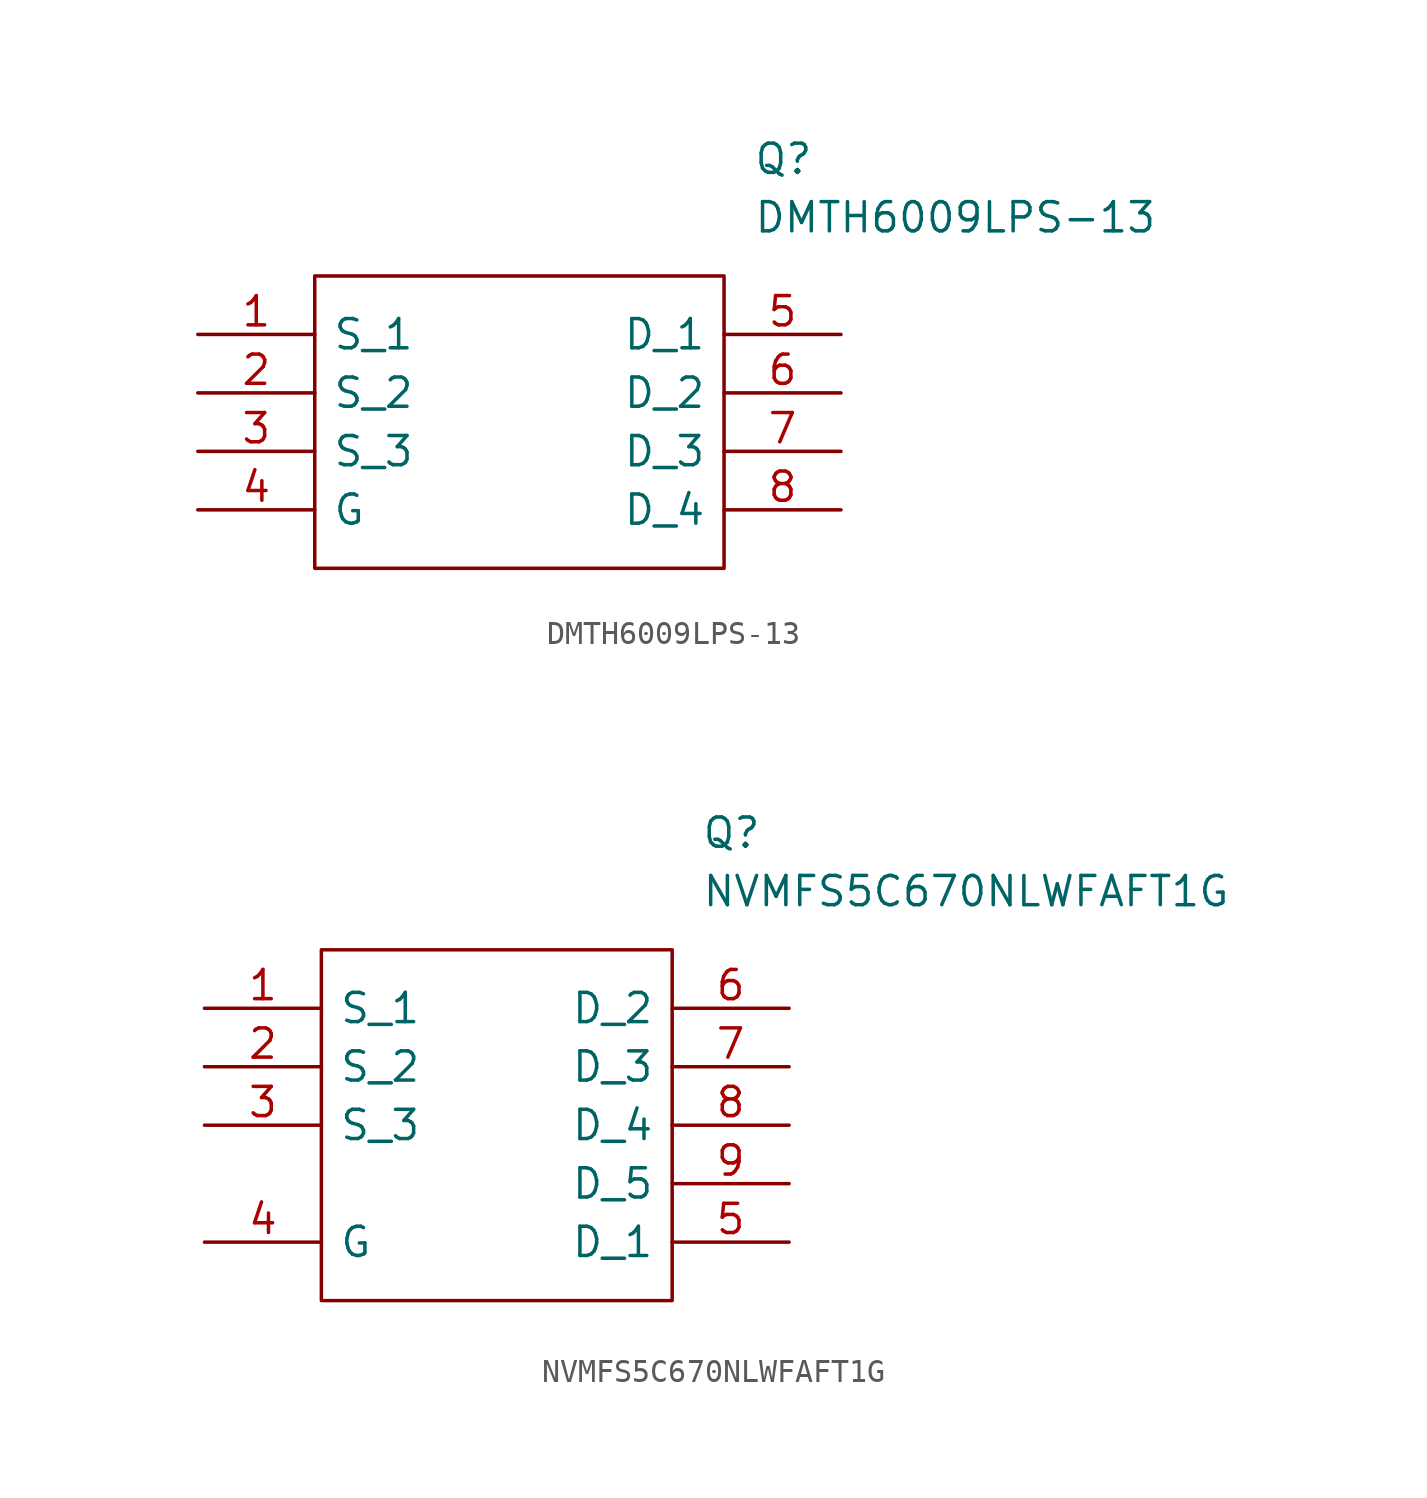
<source format=kicad_sym>
(kicad_symbol_lib
  (version 20211014)
  (generator kicad_symbol_editor)
  (symbol "DMTH6009LPS-13"
    (pin_names
      (offset 0.762))
    (property "Reference" "Q"
      (at 24.13 7.62 0)
      (effects (font (size 1.27 1.27)) (justify left)))
    (property "Value" "DMTH6009LPS-13"
      (at 24.13 5.08 0)
      (effects (font (size 1.27 1.27)) (justify left)))
    (symbol "DMTH6009LPS-13_0_0"
      (pin passive line (at 0 0 0) (length 5.08) (name "S_1" (effects (font (size 1.27 1.27)))) (number "1" (effects (font (size 1.27 1.27)))))
      (pin passive line (at 27.94 -5.08 180) (length 5.08) hide (name "D_6" (effects (font (size 1.27 1.27)))) (number "10" (effects (font (size 1.27 1.27)))))
      (pin passive line (at 27.94 -5.08 180) (length 5.08) hide (name "D_7" (effects (font (size 1.27 1.27)))) (number "11" (effects (font (size 1.27 1.27)))))
      (pin passive line (at 27.94 -7.62 180) (length 5.08) hide (name "D_8" (effects (font (size 1.27 1.27)))) (number "12" (effects (font (size 1.27 1.27)))))
      (pin passive line (at 27.94 0 180) (length 5.08) hide (name "D_9" (effects (font (size 1.27 1.27)))) (number "13" (effects (font (size 1.27 1.27)))))
      (pin passive line (at 27.94 -2.54 180) (length 5.08) hide (name "D_10" (effects (font (size 1.27 1.27)))) (number "14" (effects (font (size 1.27 1.27)))))
      (pin passive line (at 27.94 -2.54 180) (length 5.08) hide (name "D_11" (effects (font (size 1.27 1.27)))) (number "15" (effects (font (size 1.27 1.27)))))
      (pin passive line (at 0 -2.54 0) (length 5.08) (name "S_2" (effects (font (size 1.27 1.27)))) (number "2" (effects (font (size 1.27 1.27)))))
      (pin passive line (at 0 -5.08 0) (length 5.08) (name "S_3" (effects (font (size 1.27 1.27)))) (number "3" (effects (font (size 1.27 1.27)))))
      (pin passive line (at 0 -7.62 0) (length 5.08) (name "G" (effects (font (size 1.27 1.27)))) (number "4" (effects (font (size 1.27 1.27)))))
      (pin passive line (at 27.94 0 180) (length 5.08) (name "D_1" (effects (font (size 1.27 1.27)))) (number "5" (effects (font (size 1.27 1.27)))))
      (pin passive line (at 27.94 -2.54 180) (length 5.08) (name "D_2" (effects (font (size 1.27 1.27)))) (number "6" (effects (font (size 1.27 1.27)))))
      (pin passive line (at 27.94 -5.08 180) (length 5.08) (name "D_3" (effects (font (size 1.27 1.27)))) (number "7" (effects (font (size 1.27 1.27)))))
      (pin passive line (at 27.94 -7.62 180) (length 5.08) (name "D_4" (effects (font (size 1.27 1.27)))) (number "8" (effects (font (size 1.27 1.27)))))
      (pin passive line (at 27.94 0 180) (length 5.08) hide (name "D_5" (effects (font (size 1.27 1.27)))) (number "9" (effects (font (size 1.27 1.27))))))
    (symbol "DMTH6009LPS-13_0_1"
      (polyline (pts (xy 5.08 2.54) (xy 22.86 2.54) (xy 22.86 -10.16) (xy 5.08 -10.16) (xy 5.08 2.54)) (stroke (width 0.152) (type default) (color 0 0 0 0)) (fill (type none)))))
  (symbol "NVMFS5C670NLWFAFT1G"
    (pin_names
      (offset 0.762))
    (property "Reference" "Q"
      (at 21.59 7.62 0)
      (effects (font (size 1.27 1.27)) (justify left)))
    (property "Value" "NVMFS5C670NLWFAFT1G"
      (at 21.59 5.08 0)
      (effects (font (size 1.27 1.27)) (justify left)))
    (symbol "NVMFS5C670NLWFAFT1G_0_0"
      (pin passive line (at 0 0 0) (length 5.08) (name "S_1" (effects (font (size 1.27 1.27)))) (number "1" (effects (font (size 1.27 1.27)))))
      (pin passive line (at 0 -2.54 0) (length 5.08) (name "S_2" (effects (font (size 1.27 1.27)))) (number "2" (effects (font (size 1.27 1.27)))))
      (pin passive line (at 0 -5.08 0) (length 5.08) (name "S_3" (effects (font (size 1.27 1.27)))) (number "3" (effects (font (size 1.27 1.27)))))
      (pin passive line (at 0 -10.16 0) (length 5.08) (name "G" (effects (font (size 1.27 1.27)))) (number "4" (effects (font (size 1.27 1.27)))))
      (pin passive line (at 25.4 -10.16 180) (length 5.08) (name "D_1" (effects (font (size 1.27 1.27)))) (number "5" (effects (font (size 1.27 1.27)))))
      (pin passive line (at 25.4 0 180) (length 5.08) (name "D_2" (effects (font (size 1.27 1.27)))) (number "6" (effects (font (size 1.27 1.27)))))
      (pin passive line (at 25.4 -2.54 180) (length 5.08) (name "D_3" (effects (font (size 1.27 1.27)))) (number "7" (effects (font (size 1.27 1.27)))))
      (pin passive line (at 25.4 -5.08 180) (length 5.08) (name "D_4" (effects (font (size 1.27 1.27)))) (number "8" (effects (font (size 1.27 1.27)))))
      (pin passive line (at 25.4 -7.62 180) (length 5.08) (name "D_5" (effects (font (size 1.27 1.27)))) (number "9" (effects (font (size 1.27 1.27))))))
    (symbol "NVMFS5C670NLWFAFT1G_0_1"
      (polyline (pts (xy 5.08 2.54) (xy 20.32 2.54) (xy 20.32 -12.7) (xy 5.08 -12.7) (xy 5.08 2.54)) (stroke (width 0.152) (type default) (color 0 0 0 0)) (fill (type none))))))
</source>
